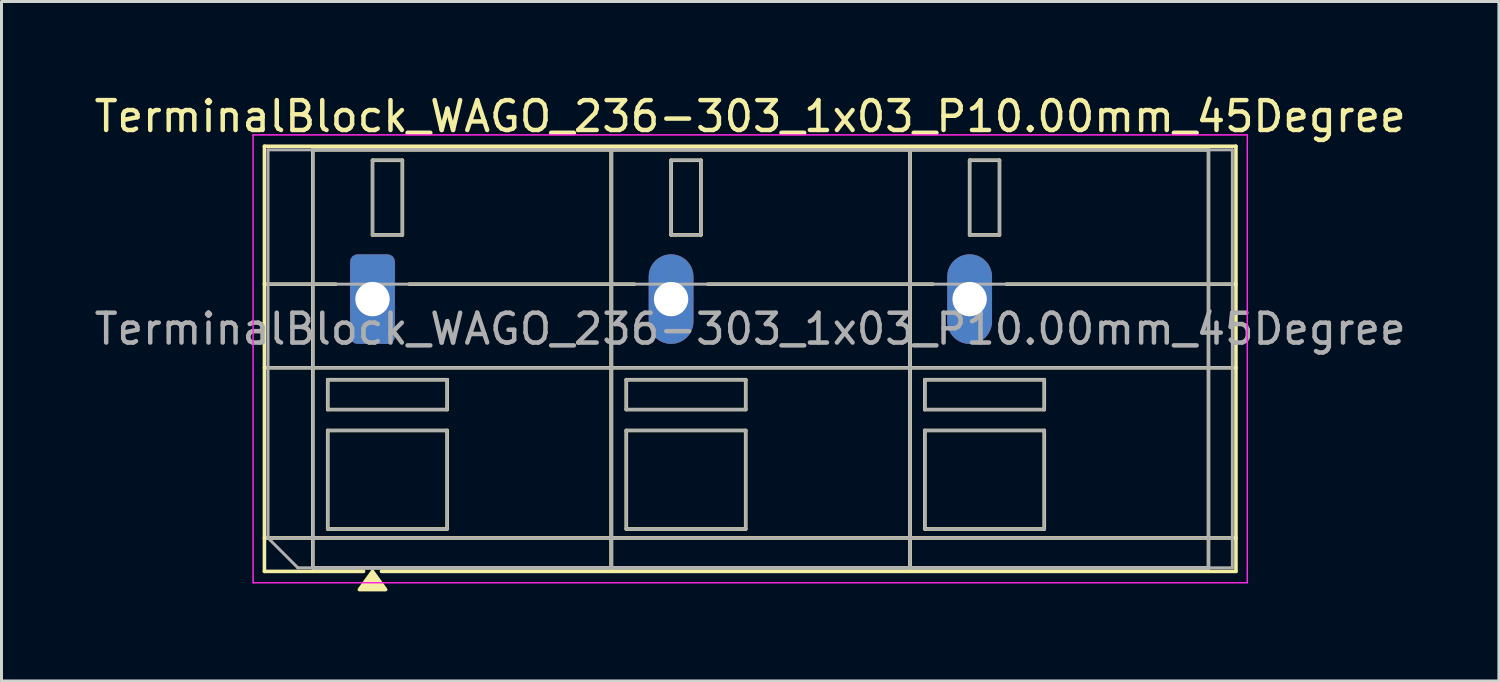
<source format=kicad_pcb>
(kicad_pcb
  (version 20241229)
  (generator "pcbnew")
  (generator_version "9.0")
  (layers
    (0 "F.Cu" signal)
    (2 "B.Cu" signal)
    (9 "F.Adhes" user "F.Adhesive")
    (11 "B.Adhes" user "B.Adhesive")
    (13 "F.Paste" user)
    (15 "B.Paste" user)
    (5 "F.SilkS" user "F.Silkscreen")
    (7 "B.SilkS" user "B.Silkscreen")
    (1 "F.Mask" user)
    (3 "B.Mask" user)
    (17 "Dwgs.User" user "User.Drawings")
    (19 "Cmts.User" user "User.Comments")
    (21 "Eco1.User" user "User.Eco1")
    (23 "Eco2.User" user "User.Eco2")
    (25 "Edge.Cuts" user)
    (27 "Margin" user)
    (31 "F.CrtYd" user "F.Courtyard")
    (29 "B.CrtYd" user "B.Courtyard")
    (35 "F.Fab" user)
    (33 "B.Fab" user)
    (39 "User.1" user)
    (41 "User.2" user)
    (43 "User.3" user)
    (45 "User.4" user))
  (footprint "TerminalBlock_WAGO_236-303_1x03_P10.00mm_45Degree"
    (layer "F.Cu")
    (at 9.427 6.968)
    (property "Reference" "TerminalBlock_WAGO_236-303_1x03_P10.00mm_45Degree" (at 12.65 -6.12 0) (layer "F.SilkS") (effects (font (size 1 1) (thickness 0.15))))
    (attr through_hole)
    (fp_line (start -3.62 -5.12) (end 28.92 -5.12) (stroke (width 0.12) (type solid)) (layer "F.SilkS"))
    (fp_line (start -3.62 -0.5) (end -1.23 -0.5) (stroke (width 0.12) (type solid)) (layer "F.SilkS"))
    (fp_line (start -3.62 2.3) (end 28.92 2.3) (stroke (width 0.12) (type solid)) (layer "F.SilkS"))
    (fp_line (start -3.62 8) (end 28.92 8) (stroke (width 0.12) (type solid)) (layer "F.SilkS"))
    (fp_line (start -3.62 9.12) (end -3.62 -5.12) (stroke (width 0.12) (type solid)) (layer "F.SilkS"))
    (fp_line (start -2 -5) (end 8 -5) (stroke (width 0.12) (type solid)) (layer "F.SilkS"))
    (fp_line (start -2 9) (end -2 -5) (stroke (width 0.12) (type solid)) (layer "F.SilkS"))
    (fp_line (start -1.5 2.7) (end 2.5 2.7) (stroke (width 0.12) (type solid)) (layer "F.SilkS"))
    (fp_line (start -1.5 3.7) (end -1.5 2.7) (stroke (width 0.12) (type solid)) (layer "F.SilkS"))
    (fp_line (start -1.5 4.4) (end 2.5 4.4) (stroke (width 0.12) (type solid)) (layer "F.SilkS"))
    (fp_line (start -1.5 7.7) (end -1.5 4.4) (stroke (width 0.12) (type solid)) (layer "F.SilkS"))
    (fp_line (start -0.3 9.12) (end -3.62 9.12) (stroke (width 0.12) (type solid)) (layer "F.SilkS"))
    (fp_line (start 0 -4.65) (end 1 -4.65) (stroke (width 0.12) (type solid)) (layer "F.SilkS"))
    (fp_line (start 0 -2.15) (end 0 -4.65) (stroke (width 0.12) (type solid)) (layer "F.SilkS"))
    (fp_line (start 1 -4.65) (end 1 -2.15) (stroke (width 0.12) (type solid)) (layer "F.SilkS"))
    (fp_line (start 1 -2.15) (end 0 -2.15) (stroke (width 0.12) (type solid)) (layer "F.SilkS"))
    (fp_line (start 1.23 -0.5) (end 8.77 -0.5) (stroke (width 0.12) (type solid)) (layer "F.SilkS"))
    (fp_line (start 2.5 2.7) (end 2.5 3.7) (stroke (width 0.12) (type solid)) (layer "F.SilkS"))
    (fp_line (start 2.5 3.7) (end -1.5 3.7) (stroke (width 0.12) (type solid)) (layer "F.SilkS"))
    (fp_line (start 2.5 4.4) (end 2.5 7.7) (stroke (width 0.12) (type solid)) (layer "F.SilkS"))
    (fp_line (start 2.5 7.7) (end -1.5 7.7) (stroke (width 0.12) (type solid)) (layer "F.SilkS"))
    (fp_line (start 8 -5) (end 8 9) (stroke (width 0.12) (type solid)) (layer "F.SilkS"))
    (fp_line (start 8 -5) (end 18 -5) (stroke (width 0.12) (type solid)) (layer "F.SilkS"))
    (fp_line (start 8 9) (end -2 9) (stroke (width 0.12) (type solid)) (layer "F.SilkS"))
    (fp_line (start 8 9) (end 8 -5) (stroke (width 0.12) (type solid)) (layer "F.SilkS"))
    (fp_line (start 8.5 2.7) (end 12.5 2.7) (stroke (width 0.12) (type solid)) (layer "F.SilkS"))
    (fp_line (start 8.5 3.7) (end 8.5 2.7) (stroke (width 0.12) (type solid)) (layer "F.SilkS"))
    (fp_line (start 8.5 4.4) (end 12.5 4.4) (stroke (width 0.12) (type solid)) (layer "F.SilkS"))
    (fp_line (start 8.5 7.7) (end 8.5 4.4) (stroke (width 0.12) (type solid)) (layer "F.SilkS"))
    (fp_line (start 10 -4.65) (end 11 -4.65) (stroke (width 0.12) (type solid)) (layer "F.SilkS"))
    (fp_line (start 10 -2.15) (end 10 -4.65) (stroke (width 0.12) (type solid)) (layer "F.SilkS"))
    (fp_line (start 11 -4.65) (end 11 -2.15) (stroke (width 0.12) (type solid)) (layer "F.SilkS"))
    (fp_line (start 11 -2.15) (end 10 -2.15) (stroke (width 0.12) (type solid)) (layer "F.SilkS"))
    (fp_line (start 11.23 -0.5) (end 18.77 -0.5) (stroke (width 0.12) (type solid)) (layer "F.SilkS"))
    (fp_line (start 12.5 2.7) (end 12.5 3.7) (stroke (width 0.12) (type solid)) (layer "F.SilkS"))
    (fp_line (start 12.5 3.7) (end 8.5 3.7) (stroke (width 0.12) (type solid)) (layer "F.SilkS"))
    (fp_line (start 12.5 4.4) (end 12.5 7.7) (stroke (width 0.12) (type solid)) (layer "F.SilkS"))
    (fp_line (start 12.5 7.7) (end 8.5 7.7) (stroke (width 0.12) (type solid)) (layer "F.SilkS"))
    (fp_line (start 18 -5) (end 18 9) (stroke (width 0.12) (type solid)) (layer "F.SilkS"))
    (fp_line (start 18 -5) (end 28 -5) (stroke (width 0.12) (type solid)) (layer "F.SilkS"))
    (fp_line (start 18 9) (end 8 9) (stroke (width 0.12) (type solid)) (layer "F.SilkS"))
    (fp_line (start 18 9) (end 18 -5) (stroke (width 0.12) (type solid)) (layer "F.SilkS"))
    (fp_line (start 18.5 2.7) (end 22.5 2.7) (stroke (width 0.12) (type solid)) (layer "F.SilkS"))
    (fp_line (start 18.5 3.7) (end 18.5 2.7) (stroke (width 0.12) (type solid)) (layer "F.SilkS"))
    (fp_line (start 18.5 4.4) (end 22.5 4.4) (stroke (width 0.12) (type solid)) (layer "F.SilkS"))
    (fp_line (start 18.5 7.7) (end 18.5 4.4) (stroke (width 0.12) (type solid)) (layer "F.SilkS"))
    (fp_line (start 20 -4.65) (end 21 -4.65) (stroke (width 0.12) (type solid)) (layer "F.SilkS"))
    (fp_line (start 20 -2.15) (end 20 -4.65) (stroke (width 0.12) (type solid)) (layer "F.SilkS"))
    (fp_line (start 21 -4.65) (end 21 -2.15) (stroke (width 0.12) (type solid)) (layer "F.SilkS"))
    (fp_line (start 21 -2.15) (end 20 -2.15) (stroke (width 0.12) (type solid)) (layer "F.SilkS"))
    (fp_line (start 21.23 -0.5) (end 28.92 -0.5) (stroke (width 0.12) (type solid)) (layer "F.SilkS"))
    (fp_line (start 22.5 2.7) (end 22.5 3.7) (stroke (width 0.12) (type solid)) (layer "F.SilkS"))
    (fp_line (start 22.5 3.7) (end 18.5 3.7) (stroke (width 0.12) (type solid)) (layer "F.SilkS"))
    (fp_line (start 22.5 4.4) (end 22.5 7.7) (stroke (width 0.12) (type solid)) (layer "F.SilkS"))
    (fp_line (start 22.5 7.7) (end 18.5 7.7) (stroke (width 0.12) (type solid)) (layer "F.SilkS"))
    (fp_line (start 28 -5) (end 28 9) (stroke (width 0.12) (type solid)) (layer "F.SilkS"))
    (fp_line (start 28 9) (end 18 9) (stroke (width 0.12) (type solid)) (layer "F.SilkS"))
    (fp_line (start 28.92 -5.12) (end 28.92 9.12) (stroke (width 0.12) (type solid)) (layer "F.SilkS"))
    (fp_line (start 28.92 9.12) (end 0.3 9.12) (stroke (width 0.12) (type solid)) (layer "F.SilkS"))
    (fp_poly (pts (xy 0 9.12) (xy 0.44 9.73) (xy -0.44 9.73)) (stroke (width 0.12) (type solid)) (fill yes) (layer "F.SilkS"))
    (fp_line (start -4 -5.5) (end -4 9.5) (stroke (width 0.05) (type solid)) (layer "F.CrtYd"))
    (fp_line (start -4 9.5) (end 29.3 9.5) (stroke (width 0.05) (type solid)) (layer "F.CrtYd"))
    (fp_line (start 29.3 -5.5) (end -4 -5.5) (stroke (width 0.05) (type solid)) (layer "F.CrtYd"))
    (fp_line (start 29.3 9.5) (end 29.3 -5.5) (stroke (width 0.05) (type solid)) (layer "F.CrtYd"))
    (fp_line (start -3.5 -5) (end 28.8 -5) (stroke (width 0.1) (type solid)) (layer "F.Fab"))
    (fp_line (start -3.5 -0.5) (end 28.8 -0.5) (stroke (width 0.1) (type solid)) (layer "F.Fab"))
    (fp_line (start -3.5 2.3) (end 28.8 2.3) (stroke (width 0.1) (type solid)) (layer "F.Fab"))
    (fp_line (start -3.5 8) (end -3.5 -5) (stroke (width 0.1) (type solid)) (layer "F.Fab"))
    (fp_line (start -3.5 8) (end 28.8 8) (stroke (width 0.1) (type solid)) (layer "F.Fab"))
    (fp_line (start -2.5 9) (end -3.5 8) (stroke (width 0.1) (type solid)) (layer "F.Fab"))
    (fp_line (start -2 -5) (end -2 9) (stroke (width 0.1) (type solid)) (layer "F.Fab"))
    (fp_line (start -2 9) (end 8 9) (stroke (width 0.1) (type solid)) (layer "F.Fab"))
    (fp_line (start -1.5 2.7) (end -1.5 3.7) (stroke (width 0.1) (type solid)) (layer "F.Fab"))
    (fp_line (start -1.5 3.7) (end 2.5 3.7) (stroke (width 0.1) (type solid)) (layer "F.Fab"))
    (fp_line (start -1.5 4.4) (end -1.5 7.7) (stroke (width 0.1) (type solid)) (layer "F.Fab"))
    (fp_line (start -1.5 7.7) (end 2.5 7.7) (stroke (width 0.1) (type solid)) (layer "F.Fab"))
    (fp_line (start 0 -4.65) (end 0 -2.15) (stroke (width 0.1) (type solid)) (layer "F.Fab"))
    (fp_line (start 0 -2.15) (end 1 -2.15) (stroke (width 0.1) (type solid)) (layer "F.Fab"))
    (fp_line (start 1 -4.65) (end 0 -4.65) (stroke (width 0.1) (type solid)) (layer "F.Fab"))
    (fp_line (start 1 -2.15) (end 1 -4.65) (stroke (width 0.1) (type solid)) (layer "F.Fab"))
    (fp_line (start 2.5 2.7) (end -1.5 2.7) (stroke (width 0.1) (type solid)) (layer "F.Fab"))
    (fp_line (start 2.5 3.7) (end 2.5 2.7) (stroke (width 0.1) (type solid)) (layer "F.Fab"))
    (fp_line (start 2.5 4.4) (end -1.5 4.4) (stroke (width 0.1) (type solid)) (layer "F.Fab"))
    (fp_line (start 2.5 7.7) (end 2.5 4.4) (stroke (width 0.1) (type solid)) (layer "F.Fab"))
    (fp_line (start 8 -5) (end -2 -5) (stroke (width 0.1) (type solid)) (layer "F.Fab"))
    (fp_line (start 8 -5) (end 8 9) (stroke (width 0.1) (type solid)) (layer "F.Fab"))
    (fp_line (start 8 9) (end 8 -5) (stroke (width 0.1) (type solid)) (layer "F.Fab"))
    (fp_line (start 8 9) (end 18 9) (stroke (width 0.1) (type solid)) (layer "F.Fab"))
    (fp_line (start 8.5 2.7) (end 8.5 3.7) (stroke (width 0.1) (type solid)) (layer "F.Fab"))
    (fp_line (start 8.5 3.7) (end 12.5 3.7) (stroke (width 0.1) (type solid)) (layer "F.Fab"))
    (fp_line (start 8.5 4.4) (end 8.5 7.7) (stroke (width 0.1) (type solid)) (layer "F.Fab"))
    (fp_line (start 8.5 7.7) (end 12.5 7.7) (stroke (width 0.1) (type solid)) (layer "F.Fab"))
    (fp_line (start 10 -4.65) (end 10 -2.15) (stroke (width 0.1) (type solid)) (layer "F.Fab"))
    (fp_line (start 10 -2.15) (end 11 -2.15) (stroke (width 0.1) (type solid)) (layer "F.Fab"))
    (fp_line (start 11 -4.65) (end 10 -4.65) (stroke (width 0.1) (type solid)) (layer "F.Fab"))
    (fp_line (start 11 -2.15) (end 11 -4.65) (stroke (width 0.1) (type solid)) (layer "F.Fab"))
    (fp_line (start 12.5 2.7) (end 8.5 2.7) (stroke (width 0.1) (type solid)) (layer "F.Fab"))
    (fp_line (start 12.5 3.7) (end 12.5 2.7) (stroke (width 0.1) (type solid)) (layer "F.Fab"))
    (fp_line (start 12.5 4.4) (end 8.5 4.4) (stroke (width 0.1) (type solid)) (layer "F.Fab"))
    (fp_line (start 12.5 7.7) (end 12.5 4.4) (stroke (width 0.1) (type solid)) (layer "F.Fab"))
    (fp_line (start 18 -5) (end 8 -5) (stroke (width 0.1) (type solid)) (layer "F.Fab"))
    (fp_line (start 18 -5) (end 18 9) (stroke (width 0.1) (type solid)) (layer "F.Fab"))
    (fp_line (start 18 9) (end 18 -5) (stroke (width 0.1) (type solid)) (layer "F.Fab"))
    (fp_line (start 18 9) (end 28 9) (stroke (width 0.1) (type solid)) (layer "F.Fab"))
    (fp_line (start 18.5 2.7) (end 18.5 3.7) (stroke (width 0.1) (type solid)) (layer "F.Fab"))
    (fp_line (start 18.5 3.7) (end 22.5 3.7) (stroke (width 0.1) (type solid)) (layer "F.Fab"))
    (fp_line (start 18.5 4.4) (end 18.5 7.7) (stroke (width 0.1) (type solid)) (layer "F.Fab"))
    (fp_line (start 18.5 7.7) (end 22.5 7.7) (stroke (width 0.1) (type solid)) (layer "F.Fab"))
    (fp_line (start 20 -4.65) (end 20 -2.15) (stroke (width 0.1) (type solid)) (layer "F.Fab"))
    (fp_line (start 20 -2.15) (end 21 -2.15) (stroke (width 0.1) (type solid)) (layer "F.Fab"))
    (fp_line (start 21 -4.65) (end 20 -4.65) (stroke (width 0.1) (type solid)) (layer "F.Fab"))
    (fp_line (start 21 -2.15) (end 21 -4.65) (stroke (width 0.1) (type solid)) (layer "F.Fab"))
    (fp_line (start 22.5 2.7) (end 18.5 2.7) (stroke (width 0.1) (type solid)) (layer "F.Fab"))
    (fp_line (start 22.5 3.7) (end 22.5 2.7) (stroke (width 0.1) (type solid)) (layer "F.Fab"))
    (fp_line (start 22.5 4.4) (end 18.5 4.4) (stroke (width 0.1) (type solid)) (layer "F.Fab"))
    (fp_line (start 22.5 7.7) (end 22.5 4.4) (stroke (width 0.1) (type solid)) (layer "F.Fab"))
    (fp_line (start 28 -5) (end 18 -5) (stroke (width 0.1) (type solid)) (layer "F.Fab"))
    (fp_line (start 28 9) (end 28 -5) (stroke (width 0.1) (type solid)) (layer "F.Fab"))
    (fp_line (start 28.8 -5) (end 28.8 9) (stroke (width 0.1) (type solid)) (layer "F.Fab"))
    (fp_line (start 28.8 9) (end -2.5 9) (stroke (width 0.1) (type solid)) (layer "F.Fab"))
    (fp_text user "${REFERENCE}" (at 12.65 1 0) (layer "F.Fab") (effects (font (size 1 1) (thickness 0.15))))
    (pad "1" thru_hole roundrect (at 0 0) (size 1.5 3) (drill 1.15) (layers "*.Cu" "*.Mask") (roundrect_rratio 0.167))
    (pad "2" thru_hole oval (at 10 0) (size 1.5 3) (drill 1.15) (layers "*.Cu" "*.Mask"))
    (pad "3" thru_hole oval (at 20 0) (size 1.5 3) (drill 1.15) (layers "*.Cu" "*.Mask")))
  (gr_rect
    (start -3 -3)
    (end 47.155 19.758)
    (stroke (width 0.1) (type default))
    (fill no)
    (layer "Edge.Cuts")))
</source>
